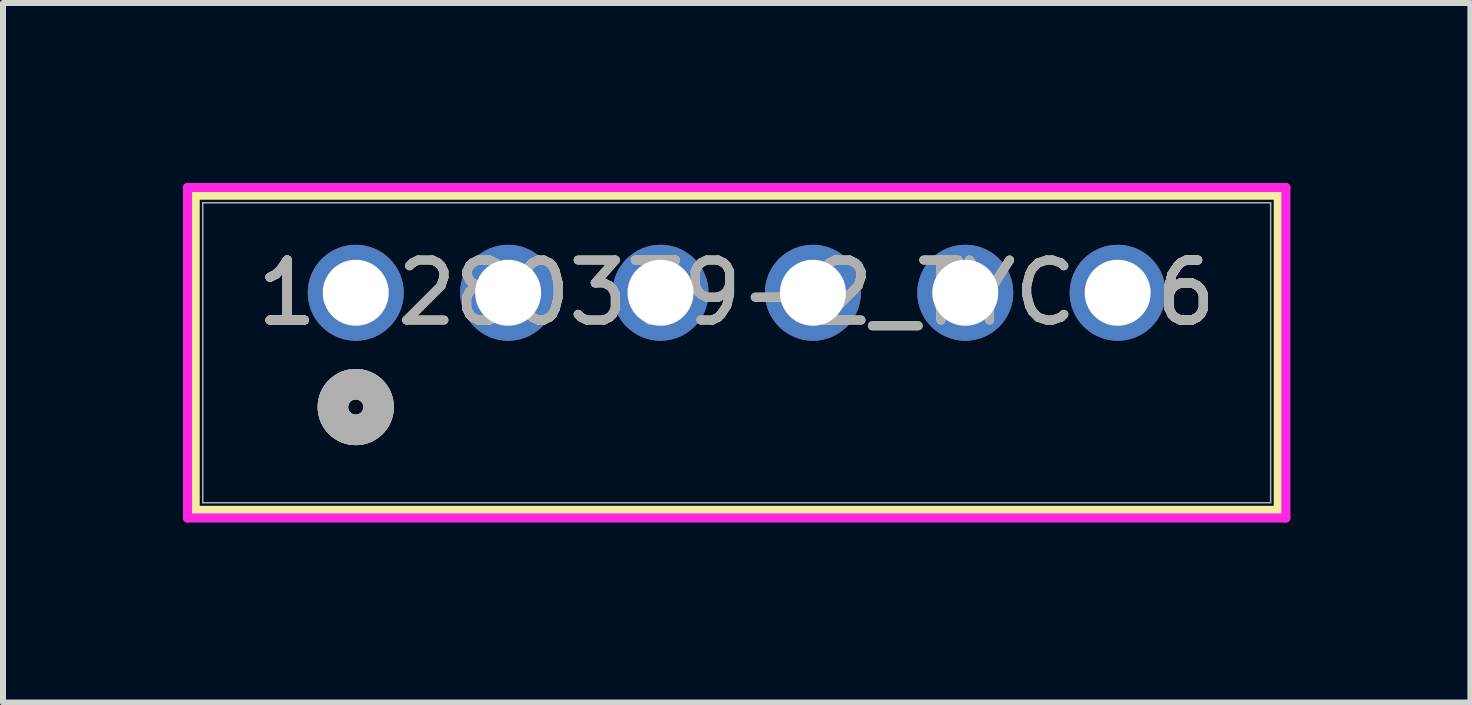
<source format=kicad_pcb>
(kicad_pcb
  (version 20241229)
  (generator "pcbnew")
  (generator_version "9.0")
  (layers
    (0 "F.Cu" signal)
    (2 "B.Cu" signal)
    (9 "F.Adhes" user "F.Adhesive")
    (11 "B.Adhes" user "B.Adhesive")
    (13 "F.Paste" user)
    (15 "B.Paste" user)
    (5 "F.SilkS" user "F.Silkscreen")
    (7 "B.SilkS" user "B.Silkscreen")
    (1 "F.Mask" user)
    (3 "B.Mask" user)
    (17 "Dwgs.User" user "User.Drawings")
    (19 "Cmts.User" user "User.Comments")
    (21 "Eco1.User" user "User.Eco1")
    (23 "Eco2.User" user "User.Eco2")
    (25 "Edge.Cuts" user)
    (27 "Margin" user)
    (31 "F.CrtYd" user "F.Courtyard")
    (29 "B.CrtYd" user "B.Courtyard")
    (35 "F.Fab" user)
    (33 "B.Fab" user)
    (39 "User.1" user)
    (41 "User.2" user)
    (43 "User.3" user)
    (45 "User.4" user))
  (footprint "280379-2_TYC"
    (layer "F.Cu")
    (at 2.88 1.83)
    (property "Reference" "280379-2_TYC" (at 6.35 0 0) (unlocked yes) (layer "F.SilkS") (effects (font (size 1 1) (thickness 0.15))))
    (attr through_hole)
    (fp_line (start -2.677 -1.627) (end -2.677 3.627) (stroke (width 0.152) (type solid)) (layer "F.SilkS"))
    (fp_line (start -2.677 3.627) (end 15.377 3.627) (stroke (width 0.152) (type solid)) (layer "F.SilkS"))
    (fp_line (start 15.377 -1.627) (end -2.677 -1.627) (stroke (width 0.152) (type solid)) (layer "F.SilkS"))
    (fp_line (start 15.377 3.627) (end 15.377 -1.627) (stroke (width 0.152) (type solid)) (layer "F.SilkS"))
    (fp_circle (center 0 1.905) (end 0.381 1.905) (stroke (width 0.508) (type solid)) (fill no) (layer "F.SilkS"))
    (fp_circle (center 0 1.905) (end 0.381 1.905) (stroke (width 0.508) (type solid)) (fill no) (layer "B.SilkS"))
    (fp_line (start -2.804 -1.754) (end -2.804 3.754) (stroke (width 0.152) (type solid)) (layer "F.CrtYd"))
    (fp_line (start -2.804 3.754) (end 15.504 3.754) (stroke (width 0.152) (type solid)) (layer "F.CrtYd"))
    (fp_line (start 15.504 -1.754) (end -2.804 -1.754) (stroke (width 0.152) (type solid)) (layer "F.CrtYd"))
    (fp_line (start 15.504 3.754) (end 15.504 -1.754) (stroke (width 0.152) (type solid)) (layer "F.CrtYd"))
    (fp_line (start -2.55 -1.5) (end -2.55 3.5) (stroke (width 0.025) (type solid)) (layer "F.Fab"))
    (fp_line (start -2.55 3.5) (end 15.25 3.5) (stroke (width 0.025) (type solid)) (layer "F.Fab"))
    (fp_line (start 15.25 -1.5) (end -2.55 -1.5) (stroke (width 0.025) (type solid)) (layer "F.Fab"))
    (fp_line (start 15.25 3.5) (end 15.25 -1.5) (stroke (width 0.025) (type solid)) (layer "F.Fab"))
    (fp_circle (center 0 1.905) (end 0.381 1.905) (stroke (width 0.508) (type solid)) (fill no) (layer "F.Fab"))
    (fp_text user "6" (at 13.843 0 0) (unlocked yes) (layer "F.SilkS") (effects (font (size 1 1) (thickness 0.15))))
    (fp_text user "1" (at -1.143 0 0) (unlocked yes) (layer "F.SilkS") (effects (font (size 1 1) (thickness 0.15))))
    (fp_text user "6" (at 13.843 0 0) (unlocked yes) (layer "F.SilkS") (effects (font (size 1 1) (thickness 0.15))))
    (fp_text user "1" (at -1.143 0 0) (unlocked yes) (layer "F.SilkS") (effects (font (size 1 1) (thickness 0.15))))
    (fp_text user "1" (at -1.143 0 0) (unlocked yes) (layer "B.SilkS") (effects (font (size 1 1) (thickness 0.15))))
    (fp_text user "6" (at 13.843 0 0) (unlocked yes) (layer "B.SilkS") (effects (font (size 1 1) (thickness 0.15))))
    (fp_text user "6" (at 13.843 0 0) (unlocked yes) (layer "B.SilkS") (effects (font (size 1 1) (thickness 0.15))))
    (fp_text user "1" (at -1.143 0 0) (unlocked yes) (layer "B.SilkS") (effects (font (size 1 1) (thickness 0.15))))
    (fp_text user "1" (at -1.143 0 0) (unlocked yes) (layer "F.Fab") (effects (font (size 1 1) (thickness 0.15))))
    (fp_text user "6" (at 13.843 0 0) (unlocked yes) (layer "F.Fab") (effects (font (size 1 1) (thickness 0.15))))
    (fp_text user "1" (at -1.143 0 0) (unlocked yes) (layer "F.Fab") (effects (font (size 1 1) (thickness 0.15))))
    (fp_text user "6" (at 13.843 0 0) (unlocked yes) (layer "F.Fab") (effects (font (size 1 1) (thickness 0.15))))
    (fp_text user "${REFERENCE}" (at 6.35 0 0) (unlocked yes) (layer "F.Fab") (effects (font (size 1 1) (thickness 0.15))))
    (pad "1" thru_hole circle (at 0 0) (size 1.6 1.6) (drill 1.1) (layers "*.Cu" "*.Mask"))
    (pad "2" thru_hole circle (at 2.54 0) (size 1.6 1.6) (drill 1.1) (layers "*.Cu" "*.Mask"))
    (pad "3" thru_hole circle (at 5.08 0) (size 1.6 1.6) (drill 1.1) (layers "*.Cu" "*.Mask"))
    (pad "4" thru_hole circle (at 7.62 0) (size 1.6 1.6) (drill 1.1) (layers "*.Cu" "*.Mask"))
    (pad "5" thru_hole circle (at 10.16 0) (size 1.6 1.6) (drill 1.1) (layers "*.Cu" "*.Mask"))
    (pad "6" thru_hole circle (at 12.7 0) (size 1.6 1.6) (drill 1.1) (layers "*.Cu" "*.Mask")))
  (gr_rect
    (start -3 -3)
    (end 21.46 8.66)
    (stroke (width 0.1) (type default))
    (fill no)
    (layer "Edge.Cuts")))
</source>
